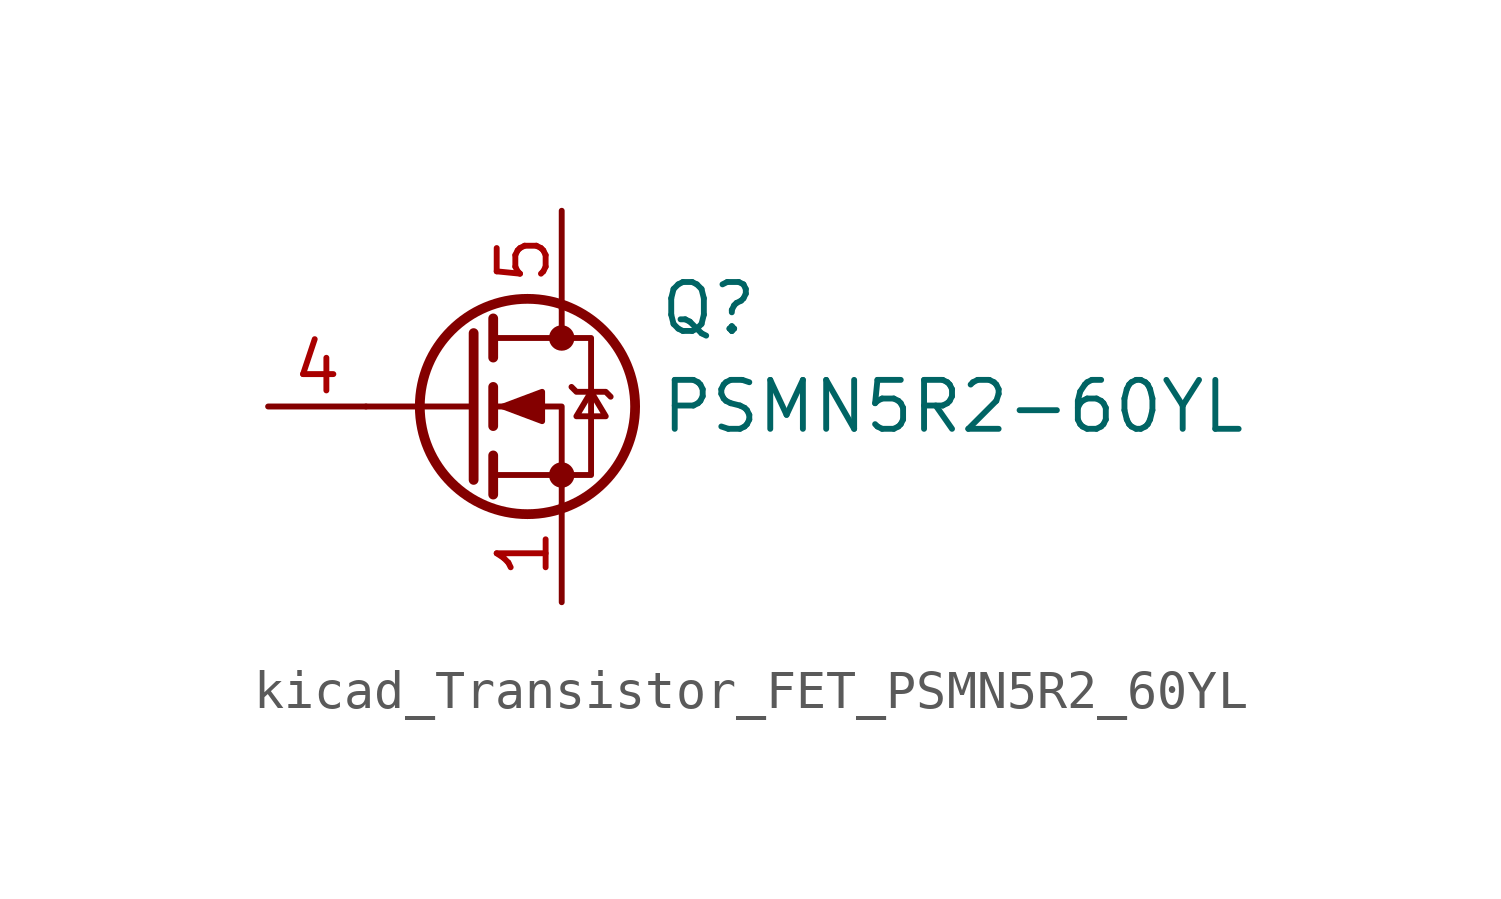
<source format=kicad_sym>
(kicad_symbol_lib
  (version 20220914)
  (generator kicad_symbol_editor)
  (symbol "kicad_Transistor_FET_PSMN5R2_60YL"
    (pin_names hide)
    (property "Reference" "Q"
      (at 6.35 2.54 0)
      (effects (font (size 1.27 1.27))))
    (property "Value" "PSMN5R2-60YL"
      (at 12.7 0 0)
      (effects (font (size 1.27 1.27))))
    (symbol "kicad_Transistor_FET_PSMN5R2_60YL_0_1"
      (polyline (pts (xy 0.254 0) (xy -2.54 0)) (stroke (width 0) (type default)) (fill (type none)))
      (polyline (pts (xy 0.254 1.905) (xy 0.254 -1.905)) (stroke (width 0.254) (type default)) (fill (type none)))
      (polyline (pts (xy 0.762 -1.27) (xy 0.762 -2.286)) (stroke (width 0.254) (type default)) (fill (type none)))
      (polyline (pts (xy 0.762 0.508) (xy 0.762 -0.508)) (stroke (width 0.254) (type default)) (fill (type none)))
      (polyline (pts (xy 0.762 2.286) (xy 0.762 1.27)) (stroke (width 0.254) (type default)) (fill (type none)))
      (polyline (pts (xy 2.54 2.54) (xy 2.54 1.778)) (stroke (width 0) (type default)) (fill (type none)))
      (polyline (pts (xy 2.54 -2.54) (xy 2.54 0) (xy 0.762 0)) (stroke (width 0) (type default)) (fill (type none)))
      (polyline (pts (xy 0.762 -1.778) (xy 3.302 -1.778) (xy 3.302 1.778) (xy 0.762 1.778)) (stroke (width 0) (type default)) (fill (type none)))
      (polyline (pts (xy 1.016 0) (xy 2.032 0.381) (xy 2.032 -0.381) (xy 1.016 0)) (stroke (width 0) (type default)) (fill (type outline)))
      (polyline (pts (xy 2.794 0.508) (xy 2.921 0.381) (xy 3.683 0.381) (xy 3.81 0.254)) (stroke (width 0) (type default)) (fill (type none)))
      (polyline (pts (xy 3.302 0.381) (xy 2.921 -0.254) (xy 3.683 -0.254) (xy 3.302 0.381)) (stroke (width 0) (type default)) (fill (type none)))
      (circle (center 1.651 0) (radius 2.794) (stroke (width 0.254) (type default)) (fill (type none)))
      (circle (center 2.54 -1.778) (radius 0.254) (stroke (width 0) (type default)) (fill (type outline)))
      (circle (center 2.54 1.778) (radius 0.254) (stroke (width 0) (type default)) (fill (type outline))))
    (symbol "kicad_Transistor_FET_PSMN5R2_60YL_1_1"
      (pin passive line (at 2.54 -5.08 90) (length 2.54) (name "S" (effects (font (size 1.27 1.27)))) (number "1" (effects (font (size 1.27 1.27)))))
      (pin passive line (at 2.54 -5.08 90) (length 2.54) hide (name "S" (effects (font (size 1.27 1.27)))) (number "2" (effects (font (size 1.27 1.27)))))
      (pin passive line (at 2.54 -5.08 90) (length 2.54) hide (name "S" (effects (font (size 1.27 1.27)))) (number "3" (effects (font (size 1.27 1.27)))))
      (pin passive line (at -5.08 0 0) (length 2.54) (name "G" (effects (font (size 1.27 1.27)))) (number "4" (effects (font (size 1.27 1.27)))))
      (pin passive line (at 2.54 5.08 270) (length 2.54) (name "D" (effects (font (size 1.27 1.27)))) (number "5" (effects (font (size 1.27 1.27))))))))
</source>
